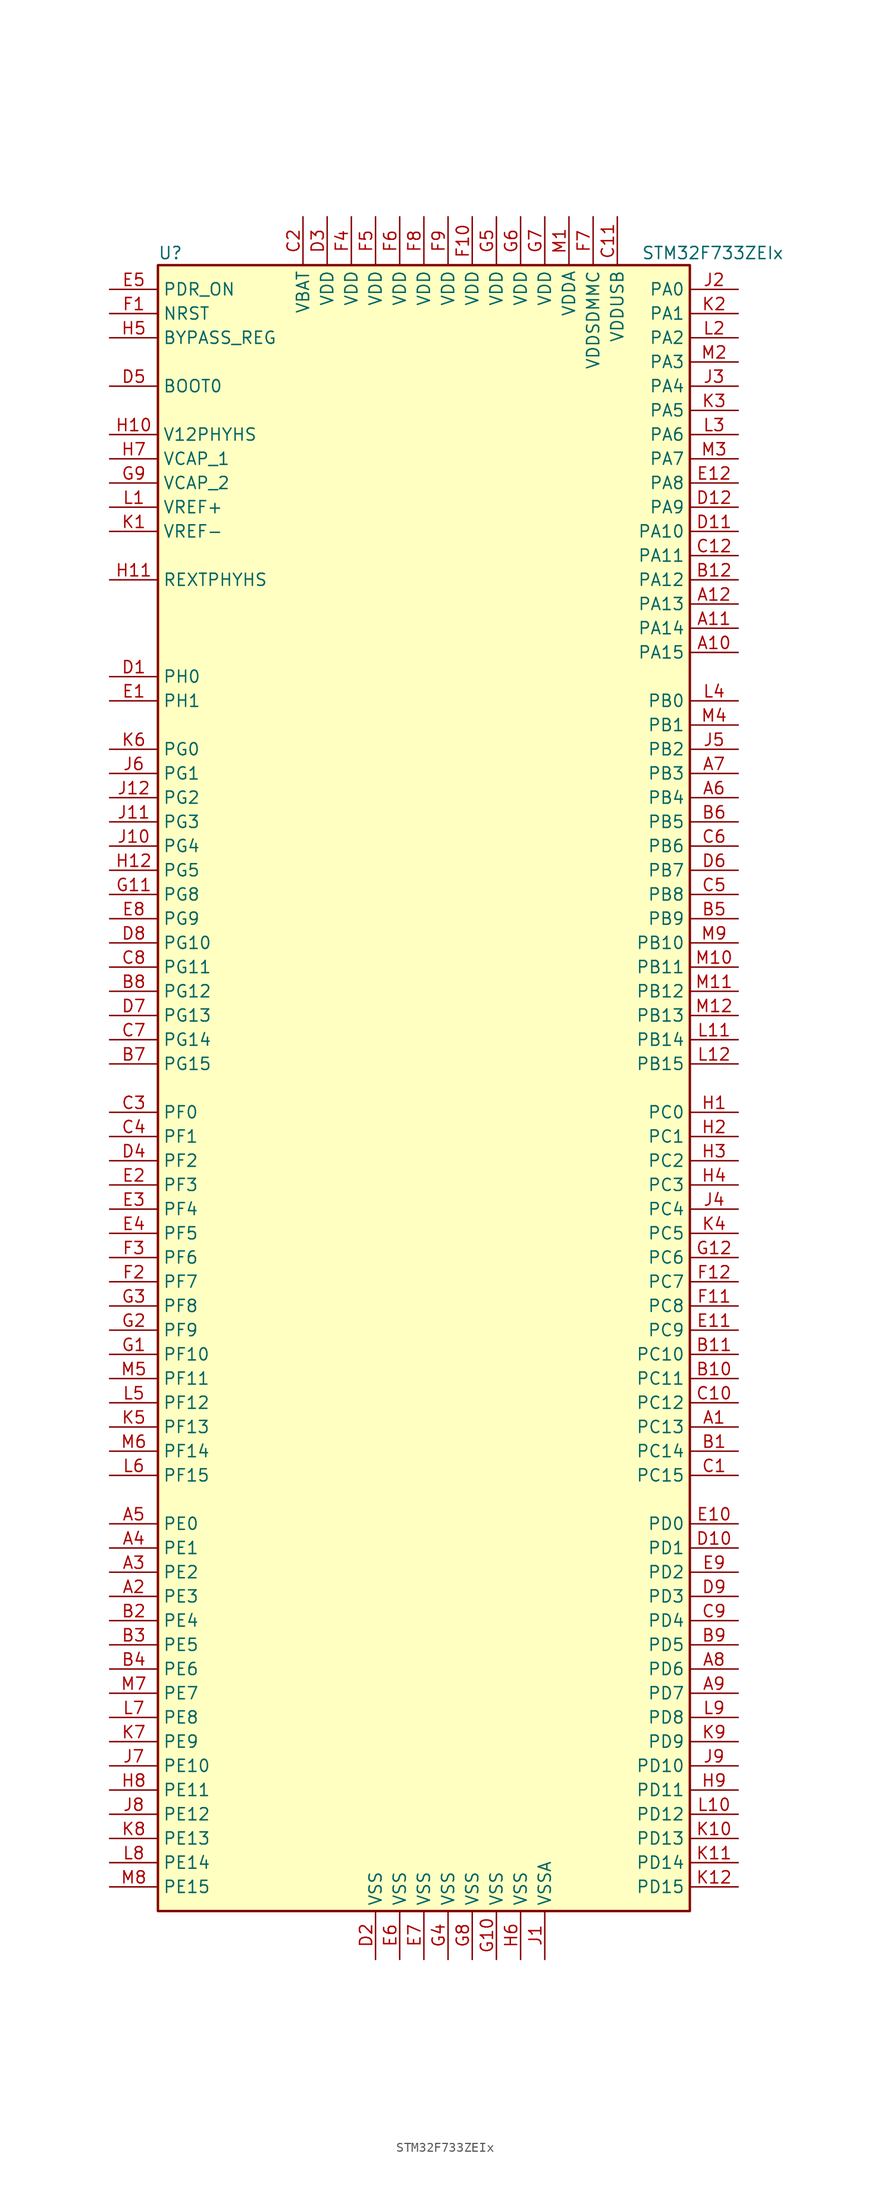
<source format=kicad_sym>
(kicad_symbol_lib
  (version 20201005)
  (generator kicad_symbol_editor)
  (symbol "MCU_ST_STM32F7:STM32F733ZEIx"
    (property "Reference" "U"
      (at -27.94 87.63 0)
      (effects (font (size 1.27 1.27)) (justify left)))
    (property "Value" "STM32F733ZEIx"
      (at 22.86 87.63 0)
      (effects (font (size 1.27 1.27)) (justify left)))
    (symbol "STM32F733ZEIx_0_1"
      (rectangle (start -27.94 -86.36) (end 27.94 86.36) (stroke (width 0.254)) (fill (type background))))
    (symbol "STM32F733ZEIx_1_1"
      (pin input line (at -33.02 73.66 0) (length 5.08) (name "BOOT0" (effects (font (size 1.27 1.27)))) (number "D5" (effects (font (size 1.27 1.27)))))
      (pin input line (at -33.02 78.74 0) (length 5.08) (name "BYPASS_REG" (effects (font (size 1.27 1.27)))) (number "H5" (effects (font (size 1.27 1.27)))))
      (pin input line (at -33.02 81.28 0) (length 5.08) (name "NRST" (effects (font (size 1.27 1.27)))) (number "F1" (effects (font (size 1.27 1.27)))))
      (pin bidirectional line (at 33.02 83.82 180) (length 5.08) (name "PA0" (effects (font (size 1.27 1.27)))) (number "J2" (effects (font (size 1.27 1.27)))))
      (pin bidirectional line (at 33.02 81.28 180) (length 5.08) (name "PA1" (effects (font (size 1.27 1.27)))) (number "K2" (effects (font (size 1.27 1.27)))))
      (pin bidirectional line (at 33.02 58.42 180) (length 5.08) (name "PA10" (effects (font (size 1.27 1.27)))) (number "D11" (effects (font (size 1.27 1.27)))))
      (pin bidirectional line (at 33.02 55.88 180) (length 5.08) (name "PA11" (effects (font (size 1.27 1.27)))) (number "C12" (effects (font (size 1.27 1.27)))))
      (pin bidirectional line (at 33.02 53.34 180) (length 5.08) (name "PA12" (effects (font (size 1.27 1.27)))) (number "B12" (effects (font (size 1.27 1.27)))))
      (pin bidirectional line (at 33.02 50.8 180) (length 5.08) (name "PA13" (effects (font (size 1.27 1.27)))) (number "A12" (effects (font (size 1.27 1.27)))))
      (pin bidirectional line (at 33.02 48.26 180) (length 5.08) (name "PA14" (effects (font (size 1.27 1.27)))) (number "A11" (effects (font (size 1.27 1.27)))))
      (pin bidirectional line (at 33.02 45.72 180) (length 5.08) (name "PA15" (effects (font (size 1.27 1.27)))) (number "A10" (effects (font (size 1.27 1.27)))))
      (pin bidirectional line (at 33.02 78.74 180) (length 5.08) (name "PA2" (effects (font (size 1.27 1.27)))) (number "L2" (effects (font (size 1.27 1.27)))))
      (pin bidirectional line (at 33.02 76.2 180) (length 5.08) (name "PA3" (effects (font (size 1.27 1.27)))) (number "M2" (effects (font (size 1.27 1.27)))))
      (pin bidirectional line (at 33.02 73.66 180) (length 5.08) (name "PA4" (effects (font (size 1.27 1.27)))) (number "J3" (effects (font (size 1.27 1.27)))))
      (pin bidirectional line (at 33.02 71.12 180) (length 5.08) (name "PA5" (effects (font (size 1.27 1.27)))) (number "K3" (effects (font (size 1.27 1.27)))))
      (pin bidirectional line (at 33.02 68.58 180) (length 5.08) (name "PA6" (effects (font (size 1.27 1.27)))) (number "L3" (effects (font (size 1.27 1.27)))))
      (pin bidirectional line (at 33.02 66.04 180) (length 5.08) (name "PA7" (effects (font (size 1.27 1.27)))) (number "M3" (effects (font (size 1.27 1.27)))))
      (pin bidirectional line (at 33.02 63.5 180) (length 5.08) (name "PA8" (effects (font (size 1.27 1.27)))) (number "E12" (effects (font (size 1.27 1.27)))))
      (pin bidirectional line (at 33.02 60.96 180) (length 5.08) (name "PA9" (effects (font (size 1.27 1.27)))) (number "D12" (effects (font (size 1.27 1.27)))))
      (pin bidirectional line (at 33.02 40.64 180) (length 5.08) (name "PB0" (effects (font (size 1.27 1.27)))) (number "L4" (effects (font (size 1.27 1.27)))))
      (pin bidirectional line (at 33.02 38.1 180) (length 5.08) (name "PB1" (effects (font (size 1.27 1.27)))) (number "M4" (effects (font (size 1.27 1.27)))))
      (pin bidirectional line (at 33.02 15.24 180) (length 5.08) (name "PB10" (effects (font (size 1.27 1.27)))) (number "M9" (effects (font (size 1.27 1.27)))))
      (pin bidirectional line (at 33.02 12.7 180) (length 5.08) (name "PB11" (effects (font (size 1.27 1.27)))) (number "M10" (effects (font (size 1.27 1.27)))))
      (pin bidirectional line (at 33.02 10.16 180) (length 5.08) (name "PB12" (effects (font (size 1.27 1.27)))) (number "M11" (effects (font (size 1.27 1.27)))))
      (pin bidirectional line (at 33.02 7.62 180) (length 5.08) (name "PB13" (effects (font (size 1.27 1.27)))) (number "M12" (effects (font (size 1.27 1.27)))))
      (pin bidirectional line (at 33.02 5.08 180) (length 5.08) (name "PB14" (effects (font (size 1.27 1.27)))) (number "L11" (effects (font (size 1.27 1.27)))))
      (pin bidirectional line (at 33.02 2.54 180) (length 5.08) (name "PB15" (effects (font (size 1.27 1.27)))) (number "L12" (effects (font (size 1.27 1.27)))))
      (pin bidirectional line (at 33.02 35.56 180) (length 5.08) (name "PB2" (effects (font (size 1.27 1.27)))) (number "J5" (effects (font (size 1.27 1.27)))))
      (pin bidirectional line (at 33.02 33.02 180) (length 5.08) (name "PB3" (effects (font (size 1.27 1.27)))) (number "A7" (effects (font (size 1.27 1.27)))))
      (pin bidirectional line (at 33.02 30.48 180) (length 5.08) (name "PB4" (effects (font (size 1.27 1.27)))) (number "A6" (effects (font (size 1.27 1.27)))))
      (pin bidirectional line (at 33.02 27.94 180) (length 5.08) (name "PB5" (effects (font (size 1.27 1.27)))) (number "B6" (effects (font (size 1.27 1.27)))))
      (pin bidirectional line (at 33.02 25.4 180) (length 5.08) (name "PB6" (effects (font (size 1.27 1.27)))) (number "C6" (effects (font (size 1.27 1.27)))))
      (pin bidirectional line (at 33.02 22.86 180) (length 5.08) (name "PB7" (effects (font (size 1.27 1.27)))) (number "D6" (effects (font (size 1.27 1.27)))))
      (pin bidirectional line (at 33.02 20.32 180) (length 5.08) (name "PB8" (effects (font (size 1.27 1.27)))) (number "C5" (effects (font (size 1.27 1.27)))))
      (pin bidirectional line (at 33.02 17.78 180) (length 5.08) (name "PB9" (effects (font (size 1.27 1.27)))) (number "B5" (effects (font (size 1.27 1.27)))))
      (pin bidirectional line (at 33.02 -2.54 180) (length 5.08) (name "PC0" (effects (font (size 1.27 1.27)))) (number "H1" (effects (font (size 1.27 1.27)))))
      (pin bidirectional line (at 33.02 -5.08 180) (length 5.08) (name "PC1" (effects (font (size 1.27 1.27)))) (number "H2" (effects (font (size 1.27 1.27)))))
      (pin bidirectional line (at 33.02 -27.94 180) (length 5.08) (name "PC10" (effects (font (size 1.27 1.27)))) (number "B11" (effects (font (size 1.27 1.27)))))
      (pin bidirectional line (at 33.02 -30.48 180) (length 5.08) (name "PC11" (effects (font (size 1.27 1.27)))) (number "B10" (effects (font (size 1.27 1.27)))))
      (pin bidirectional line (at 33.02 -33.02 180) (length 5.08) (name "PC12" (effects (font (size 1.27 1.27)))) (number "C10" (effects (font (size 1.27 1.27)))))
      (pin bidirectional line (at 33.02 -35.56 180) (length 5.08) (name "PC13" (effects (font (size 1.27 1.27)))) (number "A1" (effects (font (size 1.27 1.27)))))
      (pin bidirectional line (at 33.02 -38.1 180) (length 5.08) (name "PC14" (effects (font (size 1.27 1.27)))) (number "B1" (effects (font (size 1.27 1.27)))))
      (pin bidirectional line (at 33.02 -40.64 180) (length 5.08) (name "PC15" (effects (font (size 1.27 1.27)))) (number "C1" (effects (font (size 1.27 1.27)))))
      (pin bidirectional line (at 33.02 -7.62 180) (length 5.08) (name "PC2" (effects (font (size 1.27 1.27)))) (number "H3" (effects (font (size 1.27 1.27)))))
      (pin bidirectional line (at 33.02 -10.16 180) (length 5.08) (name "PC3" (effects (font (size 1.27 1.27)))) (number "H4" (effects (font (size 1.27 1.27)))))
      (pin bidirectional line (at 33.02 -12.7 180) (length 5.08) (name "PC4" (effects (font (size 1.27 1.27)))) (number "J4" (effects (font (size 1.27 1.27)))))
      (pin bidirectional line (at 33.02 -15.24 180) (length 5.08) (name "PC5" (effects (font (size 1.27 1.27)))) (number "K4" (effects (font (size 1.27 1.27)))))
      (pin bidirectional line (at 33.02 -17.78 180) (length 5.08) (name "PC6" (effects (font (size 1.27 1.27)))) (number "G12" (effects (font (size 1.27 1.27)))))
      (pin bidirectional line (at 33.02 -20.32 180) (length 5.08) (name "PC7" (effects (font (size 1.27 1.27)))) (number "F12" (effects (font (size 1.27 1.27)))))
      (pin bidirectional line (at 33.02 -22.86 180) (length 5.08) (name "PC8" (effects (font (size 1.27 1.27)))) (number "F11" (effects (font (size 1.27 1.27)))))
      (pin bidirectional line (at 33.02 -25.4 180) (length 5.08) (name "PC9" (effects (font (size 1.27 1.27)))) (number "E11" (effects (font (size 1.27 1.27)))))
      (pin bidirectional line (at 33.02 -45.72 180) (length 5.08) (name "PD0" (effects (font (size 1.27 1.27)))) (number "E10" (effects (font (size 1.27 1.27)))))
      (pin bidirectional line (at 33.02 -48.26 180) (length 5.08) (name "PD1" (effects (font (size 1.27 1.27)))) (number "D10" (effects (font (size 1.27 1.27)))))
      (pin bidirectional line (at 33.02 -71.12 180) (length 5.08) (name "PD10" (effects (font (size 1.27 1.27)))) (number "J9" (effects (font (size 1.27 1.27)))))
      (pin bidirectional line (at 33.02 -73.66 180) (length 5.08) (name "PD11" (effects (font (size 1.27 1.27)))) (number "H9" (effects (font (size 1.27 1.27)))))
      (pin bidirectional line (at 33.02 -76.2 180) (length 5.08) (name "PD12" (effects (font (size 1.27 1.27)))) (number "L10" (effects (font (size 1.27 1.27)))))
      (pin bidirectional line (at 33.02 -78.74 180) (length 5.08) (name "PD13" (effects (font (size 1.27 1.27)))) (number "K10" (effects (font (size 1.27 1.27)))))
      (pin bidirectional line (at 33.02 -81.28 180) (length 5.08) (name "PD14" (effects (font (size 1.27 1.27)))) (number "K11" (effects (font (size 1.27 1.27)))))
      (pin bidirectional line (at 33.02 -83.82 180) (length 5.08) (name "PD15" (effects (font (size 1.27 1.27)))) (number "K12" (effects (font (size 1.27 1.27)))))
      (pin bidirectional line (at 33.02 -50.8 180) (length 5.08) (name "PD2" (effects (font (size 1.27 1.27)))) (number "E9" (effects (font (size 1.27 1.27)))))
      (pin bidirectional line (at 33.02 -53.34 180) (length 5.08) (name "PD3" (effects (font (size 1.27 1.27)))) (number "D9" (effects (font (size 1.27 1.27)))))
      (pin bidirectional line (at 33.02 -55.88 180) (length 5.08) (name "PD4" (effects (font (size 1.27 1.27)))) (number "C9" (effects (font (size 1.27 1.27)))))
      (pin bidirectional line (at 33.02 -58.42 180) (length 5.08) (name "PD5" (effects (font (size 1.27 1.27)))) (number "B9" (effects (font (size 1.27 1.27)))))
      (pin bidirectional line (at 33.02 -60.96 180) (length 5.08) (name "PD6" (effects (font (size 1.27 1.27)))) (number "A8" (effects (font (size 1.27 1.27)))))
      (pin bidirectional line (at 33.02 -63.5 180) (length 5.08) (name "PD7" (effects (font (size 1.27 1.27)))) (number "A9" (effects (font (size 1.27 1.27)))))
      (pin bidirectional line (at 33.02 -66.04 180) (length 5.08) (name "PD8" (effects (font (size 1.27 1.27)))) (number "L9" (effects (font (size 1.27 1.27)))))
      (pin bidirectional line (at 33.02 -68.58 180) (length 5.08) (name "PD9" (effects (font (size 1.27 1.27)))) (number "K9" (effects (font (size 1.27 1.27)))))
      (pin input line (at -33.02 83.82 0) (length 5.08) (name "PDR_ON" (effects (font (size 1.27 1.27)))) (number "E5" (effects (font (size 1.27 1.27)))))
      (pin bidirectional line (at -33.02 -45.72 0) (length 5.08) (name "PE0" (effects (font (size 1.27 1.27)))) (number "A5" (effects (font (size 1.27 1.27)))))
      (pin bidirectional line (at -33.02 -48.26 0) (length 5.08) (name "PE1" (effects (font (size 1.27 1.27)))) (number "A4" (effects (font (size 1.27 1.27)))))
      (pin bidirectional line (at -33.02 -71.12 0) (length 5.08) (name "PE10" (effects (font (size 1.27 1.27)))) (number "J7" (effects (font (size 1.27 1.27)))))
      (pin bidirectional line (at -33.02 -73.66 0) (length 5.08) (name "PE11" (effects (font (size 1.27 1.27)))) (number "H8" (effects (font (size 1.27 1.27)))))
      (pin bidirectional line (at -33.02 -76.2 0) (length 5.08) (name "PE12" (effects (font (size 1.27 1.27)))) (number "J8" (effects (font (size 1.27 1.27)))))
      (pin bidirectional line (at -33.02 -78.74 0) (length 5.08) (name "PE13" (effects (font (size 1.27 1.27)))) (number "K8" (effects (font (size 1.27 1.27)))))
      (pin bidirectional line (at -33.02 -81.28 0) (length 5.08) (name "PE14" (effects (font (size 1.27 1.27)))) (number "L8" (effects (font (size 1.27 1.27)))))
      (pin bidirectional line (at -33.02 -83.82 0) (length 5.08) (name "PE15" (effects (font (size 1.27 1.27)))) (number "M8" (effects (font (size 1.27 1.27)))))
      (pin bidirectional line (at -33.02 -50.8 0) (length 5.08) (name "PE2" (effects (font (size 1.27 1.27)))) (number "A3" (effects (font (size 1.27 1.27)))))
      (pin bidirectional line (at -33.02 -53.34 0) (length 5.08) (name "PE3" (effects (font (size 1.27 1.27)))) (number "A2" (effects (font (size 1.27 1.27)))))
      (pin bidirectional line (at -33.02 -55.88 0) (length 5.08) (name "PE4" (effects (font (size 1.27 1.27)))) (number "B2" (effects (font (size 1.27 1.27)))))
      (pin bidirectional line (at -33.02 -58.42 0) (length 5.08) (name "PE5" (effects (font (size 1.27 1.27)))) (number "B3" (effects (font (size 1.27 1.27)))))
      (pin bidirectional line (at -33.02 -60.96 0) (length 5.08) (name "PE6" (effects (font (size 1.27 1.27)))) (number "B4" (effects (font (size 1.27 1.27)))))
      (pin bidirectional line (at -33.02 -63.5 0) (length 5.08) (name "PE7" (effects (font (size 1.27 1.27)))) (number "M7" (effects (font (size 1.27 1.27)))))
      (pin bidirectional line (at -33.02 -66.04 0) (length 5.08) (name "PE8" (effects (font (size 1.27 1.27)))) (number "L7" (effects (font (size 1.27 1.27)))))
      (pin bidirectional line (at -33.02 -68.58 0) (length 5.08) (name "PE9" (effects (font (size 1.27 1.27)))) (number "K7" (effects (font (size 1.27 1.27)))))
      (pin bidirectional line (at -33.02 -2.54 0) (length 5.08) (name "PF0" (effects (font (size 1.27 1.27)))) (number "C3" (effects (font (size 1.27 1.27)))))
      (pin bidirectional line (at -33.02 -5.08 0) (length 5.08) (name "PF1" (effects (font (size 1.27 1.27)))) (number "C4" (effects (font (size 1.27 1.27)))))
      (pin bidirectional line (at -33.02 -27.94 0) (length 5.08) (name "PF10" (effects (font (size 1.27 1.27)))) (number "G1" (effects (font (size 1.27 1.27)))))
      (pin bidirectional line (at -33.02 -30.48 0) (length 5.08) (name "PF11" (effects (font (size 1.27 1.27)))) (number "M5" (effects (font (size 1.27 1.27)))))
      (pin bidirectional line (at -33.02 -33.02 0) (length 5.08) (name "PF12" (effects (font (size 1.27 1.27)))) (number "L5" (effects (font (size 1.27 1.27)))))
      (pin bidirectional line (at -33.02 -35.56 0) (length 5.08) (name "PF13" (effects (font (size 1.27 1.27)))) (number "K5" (effects (font (size 1.27 1.27)))))
      (pin bidirectional line (at -33.02 -38.1 0) (length 5.08) (name "PF14" (effects (font (size 1.27 1.27)))) (number "M6" (effects (font (size 1.27 1.27)))))
      (pin bidirectional line (at -33.02 -40.64 0) (length 5.08) (name "PF15" (effects (font (size 1.27 1.27)))) (number "L6" (effects (font (size 1.27 1.27)))))
      (pin bidirectional line (at -33.02 -7.62 0) (length 5.08) (name "PF2" (effects (font (size 1.27 1.27)))) (number "D4" (effects (font (size 1.27 1.27)))))
      (pin bidirectional line (at -33.02 -10.16 0) (length 5.08) (name "PF3" (effects (font (size 1.27 1.27)))) (number "E2" (effects (font (size 1.27 1.27)))))
      (pin bidirectional line (at -33.02 -12.7 0) (length 5.08) (name "PF4" (effects (font (size 1.27 1.27)))) (number "E3" (effects (font (size 1.27 1.27)))))
      (pin bidirectional line (at -33.02 -15.24 0) (length 5.08) (name "PF5" (effects (font (size 1.27 1.27)))) (number "E4" (effects (font (size 1.27 1.27)))))
      (pin bidirectional line (at -33.02 -17.78 0) (length 5.08) (name "PF6" (effects (font (size 1.27 1.27)))) (number "F3" (effects (font (size 1.27 1.27)))))
      (pin bidirectional line (at -33.02 -20.32 0) (length 5.08) (name "PF7" (effects (font (size 1.27 1.27)))) (number "F2" (effects (font (size 1.27 1.27)))))
      (pin bidirectional line (at -33.02 -22.86 0) (length 5.08) (name "PF8" (effects (font (size 1.27 1.27)))) (number "G3" (effects (font (size 1.27 1.27)))))
      (pin bidirectional line (at -33.02 -25.4 0) (length 5.08) (name "PF9" (effects (font (size 1.27 1.27)))) (number "G2" (effects (font (size 1.27 1.27)))))
      (pin bidirectional line (at -33.02 35.56 0) (length 5.08) (name "PG0" (effects (font (size 1.27 1.27)))) (number "K6" (effects (font (size 1.27 1.27)))))
      (pin bidirectional line (at -33.02 33.02 0) (length 5.08) (name "PG1" (effects (font (size 1.27 1.27)))) (number "J6" (effects (font (size 1.27 1.27)))))
      (pin bidirectional line (at -33.02 15.24 0) (length 5.08) (name "PG10" (effects (font (size 1.27 1.27)))) (number "D8" (effects (font (size 1.27 1.27)))))
      (pin bidirectional line (at -33.02 12.7 0) (length 5.08) (name "PG11" (effects (font (size 1.27 1.27)))) (number "C8" (effects (font (size 1.27 1.27)))))
      (pin bidirectional line (at -33.02 10.16 0) (length 5.08) (name "PG12" (effects (font (size 1.27 1.27)))) (number "B8" (effects (font (size 1.27 1.27)))))
      (pin bidirectional line (at -33.02 7.62 0) (length 5.08) (name "PG13" (effects (font (size 1.27 1.27)))) (number "D7" (effects (font (size 1.27 1.27)))))
      (pin bidirectional line (at -33.02 5.08 0) (length 5.08) (name "PG14" (effects (font (size 1.27 1.27)))) (number "C7" (effects (font (size 1.27 1.27)))))
      (pin bidirectional line (at -33.02 2.54 0) (length 5.08) (name "PG15" (effects (font (size 1.27 1.27)))) (number "B7" (effects (font (size 1.27 1.27)))))
      (pin bidirectional line (at -33.02 30.48 0) (length 5.08) (name "PG2" (effects (font (size 1.27 1.27)))) (number "J12" (effects (font (size 1.27 1.27)))))
      (pin bidirectional line (at -33.02 27.94 0) (length 5.08) (name "PG3" (effects (font (size 1.27 1.27)))) (number "J11" (effects (font (size 1.27 1.27)))))
      (pin bidirectional line (at -33.02 25.4 0) (length 5.08) (name "PG4" (effects (font (size 1.27 1.27)))) (number "J10" (effects (font (size 1.27 1.27)))))
      (pin bidirectional line (at -33.02 22.86 0) (length 5.08) (name "PG5" (effects (font (size 1.27 1.27)))) (number "H12" (effects (font (size 1.27 1.27)))))
      (pin bidirectional line (at -33.02 20.32 0) (length 5.08) (name "PG8" (effects (font (size 1.27 1.27)))) (number "G11" (effects (font (size 1.27 1.27)))))
      (pin bidirectional line (at -33.02 17.78 0) (length 5.08) (name "PG9" (effects (font (size 1.27 1.27)))) (number "E8" (effects (font (size 1.27 1.27)))))
      (pin input line (at -33.02 43.18 0) (length 5.08) (name "PH0" (effects (font (size 1.27 1.27)))) (number "D1" (effects (font (size 1.27 1.27)))))
      (pin input line (at -33.02 40.64 0) (length 5.08) (name "PH1" (effects (font (size 1.27 1.27)))) (number "E1" (effects (font (size 1.27 1.27)))))
      (pin bidirectional line (at -33.02 53.34 0) (length 5.08) (name "REXTPHYHS" (effects (font (size 1.27 1.27)))) (number "H11" (effects (font (size 1.27 1.27)))))
      (pin power_in line (at -33.02 68.58 0) (length 5.08) (name "V12PHYHS" (effects (font (size 1.27 1.27)))) (number "H10" (effects (font (size 1.27 1.27)))))
      (pin power_in line (at -12.7 91.44 270) (length 5.08) (name "VBAT" (effects (font (size 1.27 1.27)))) (number "C2" (effects (font (size 1.27 1.27)))))
      (pin power_in line (at -33.02 66.04 0) (length 5.08) (name "VCAP_1" (effects (font (size 1.27 1.27)))) (number "H7" (effects (font (size 1.27 1.27)))))
      (pin power_in line (at -33.02 63.5 0) (length 5.08) (name "VCAP_2" (effects (font (size 1.27 1.27)))) (number "G9" (effects (font (size 1.27 1.27)))))
      (pin power_in line (at -10.16 91.44 270) (length 5.08) (name "VDD" (effects (font (size 1.27 1.27)))) (number "D3" (effects (font (size 1.27 1.27)))))
      (pin power_in line (at 5.08 91.44 270) (length 5.08) (name "VDD" (effects (font (size 1.27 1.27)))) (number "F10" (effects (font (size 1.27 1.27)))))
      (pin power_in line (at -7.62 91.44 270) (length 5.08) (name "VDD" (effects (font (size 1.27 1.27)))) (number "F4" (effects (font (size 1.27 1.27)))))
      (pin power_in line (at -5.08 91.44 270) (length 5.08) (name "VDD" (effects (font (size 1.27 1.27)))) (number "F5" (effects (font (size 1.27 1.27)))))
      (pin power_in line (at -2.54 91.44 270) (length 5.08) (name "VDD" (effects (font (size 1.27 1.27)))) (number "F6" (effects (font (size 1.27 1.27)))))
      (pin power_in line (at 0 91.44 270) (length 5.08) (name "VDD" (effects (font (size 1.27 1.27)))) (number "F8" (effects (font (size 1.27 1.27)))))
      (pin power_in line (at 2.54 91.44 270) (length 5.08) (name "VDD" (effects (font (size 1.27 1.27)))) (number "F9" (effects (font (size 1.27 1.27)))))
      (pin power_in line (at 7.62 91.44 270) (length 5.08) (name "VDD" (effects (font (size 1.27 1.27)))) (number "G5" (effects (font (size 1.27 1.27)))))
      (pin power_in line (at 10.16 91.44 270) (length 5.08) (name "VDD" (effects (font (size 1.27 1.27)))) (number "G6" (effects (font (size 1.27 1.27)))))
      (pin power_in line (at 12.7 91.44 270) (length 5.08) (name "VDD" (effects (font (size 1.27 1.27)))) (number "G7" (effects (font (size 1.27 1.27)))))
      (pin power_in line (at 15.24 91.44 270) (length 5.08) (name "VDDA" (effects (font (size 1.27 1.27)))) (number "M1" (effects (font (size 1.27 1.27)))))
      (pin power_in line (at 17.78 91.44 270) (length 5.08) (name "VDDSDMMC" (effects (font (size 1.27 1.27)))) (number "F7" (effects (font (size 1.27 1.27)))))
      (pin power_in line (at 20.32 91.44 270) (length 5.08) (name "VDDUSB" (effects (font (size 1.27 1.27)))) (number "C11" (effects (font (size 1.27 1.27)))))
      (pin power_in line (at -33.02 60.96 0) (length 5.08) (name "VREF+" (effects (font (size 1.27 1.27)))) (number "L1" (effects (font (size 1.27 1.27)))))
      (pin power_in line (at -33.02 58.42 0) (length 5.08) (name "VREF-" (effects (font (size 1.27 1.27)))) (number "K1" (effects (font (size 1.27 1.27)))))
      (pin power_in line (at -5.08 -91.44 90) (length 5.08) (name "VSS" (effects (font (size 1.27 1.27)))) (number "D2" (effects (font (size 1.27 1.27)))))
      (pin power_in line (at -2.54 -91.44 90) (length 5.08) (name "VSS" (effects (font (size 1.27 1.27)))) (number "E6" (effects (font (size 1.27 1.27)))))
      (pin power_in line (at 0 -91.44 90) (length 5.08) (name "VSS" (effects (font (size 1.27 1.27)))) (number "E7" (effects (font (size 1.27 1.27)))))
      (pin power_in line (at 7.62 -91.44 90) (length 5.08) (name "VSS" (effects (font (size 1.27 1.27)))) (number "G10" (effects (font (size 1.27 1.27)))))
      (pin power_in line (at 2.54 -91.44 90) (length 5.08) (name "VSS" (effects (font (size 1.27 1.27)))) (number "G4" (effects (font (size 1.27 1.27)))))
      (pin power_in line (at 5.08 -91.44 90) (length 5.08) (name "VSS" (effects (font (size 1.27 1.27)))) (number "G8" (effects (font (size 1.27 1.27)))))
      (pin power_in line (at 10.16 -91.44 90) (length 5.08) (name "VSS" (effects (font (size 1.27 1.27)))) (number "H6" (effects (font (size 1.27 1.27)))))
      (pin power_in line (at 12.7 -91.44 90) (length 5.08) (name "VSSA" (effects (font (size 1.27 1.27)))) (number "J1" (effects (font (size 1.27 1.27))))))))
</source>
